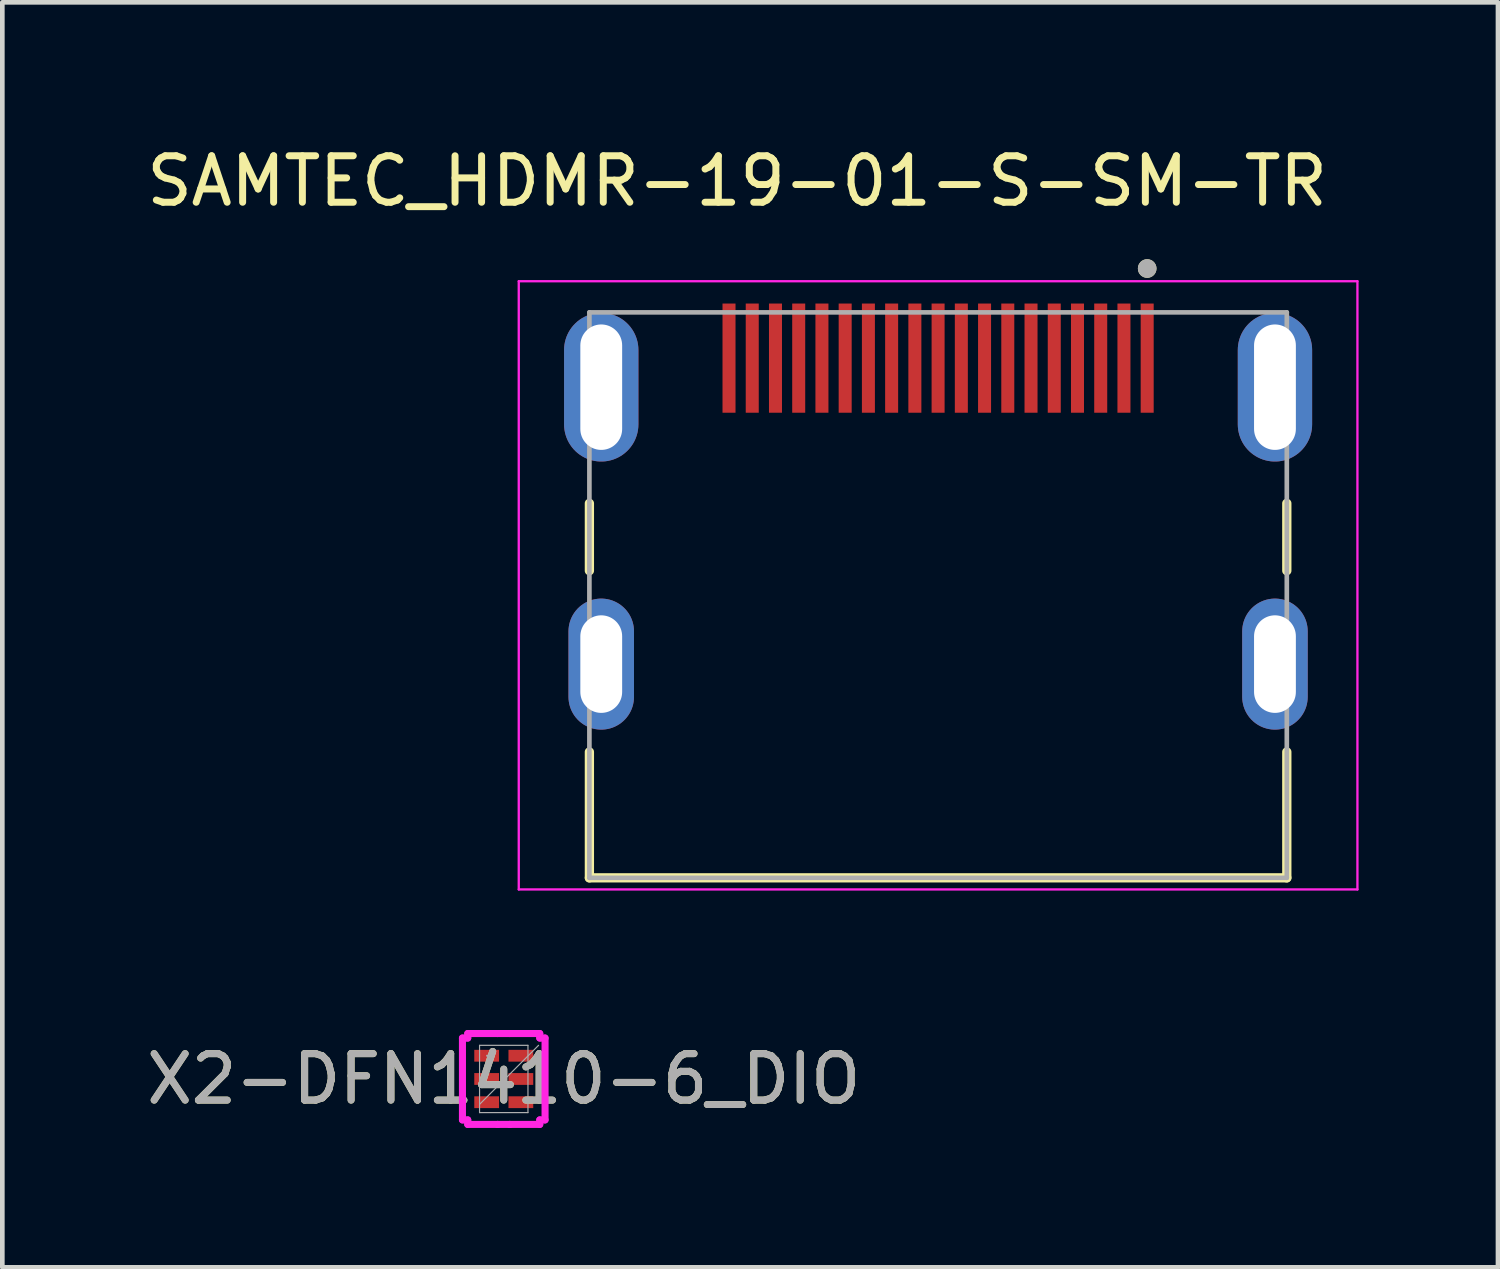
<source format=kicad_pcb>
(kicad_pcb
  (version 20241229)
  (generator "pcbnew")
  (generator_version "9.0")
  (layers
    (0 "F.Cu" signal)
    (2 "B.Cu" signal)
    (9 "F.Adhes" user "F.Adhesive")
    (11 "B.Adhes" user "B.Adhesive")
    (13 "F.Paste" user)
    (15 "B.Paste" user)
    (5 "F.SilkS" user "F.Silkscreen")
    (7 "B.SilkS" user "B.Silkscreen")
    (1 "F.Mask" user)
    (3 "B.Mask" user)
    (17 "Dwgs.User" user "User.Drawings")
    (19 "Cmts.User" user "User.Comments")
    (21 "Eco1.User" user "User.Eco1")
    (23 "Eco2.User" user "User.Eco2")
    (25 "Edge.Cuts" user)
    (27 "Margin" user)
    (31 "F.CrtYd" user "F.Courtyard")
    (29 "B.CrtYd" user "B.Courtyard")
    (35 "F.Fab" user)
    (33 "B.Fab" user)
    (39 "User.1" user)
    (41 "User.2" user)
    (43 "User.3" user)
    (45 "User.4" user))
  (footprint "SAMTEC_HDMR-19-01-S-SM-TR"
    (layer "F.Cu")
    (at 17.14 10.483)
    (property "Reference" "SAMTEC_HDMR-19-01-S-SM-TR" (at -4.325 -9.635 0) (layer "F.SilkS") (effects (font (size 1 1) (thickness 0.15))))
    (attr smd)
    (fp_line (start -7.505 -1.25) (end -7.505 -2.7) (stroke (width 0.2) (type solid)) (layer "F.SilkS"))
    (fp_line (start -7.505 2.65) (end -7.505 5.36) (stroke (width 0.2) (type solid)) (layer "F.SilkS"))
    (fp_line (start -7.505 5.36) (end 7.505 5.36) (stroke (width 0.2) (type solid)) (layer "F.SilkS"))
    (fp_line (start 7.505 -1.25) (end 7.505 -2.7) (stroke (width 0.2) (type solid)) (layer "F.SilkS"))
    (fp_line (start 7.505 5.36) (end 7.505 2.65) (stroke (width 0.2) (type solid)) (layer "F.SilkS"))
    (fp_circle (center 4.5 -7.754) (end 4.6 -7.754) (stroke (width 0.2) (type solid)) (fill no) (layer "F.SilkS"))
    (fp_poly (pts (xy -8.775 -7.23) (xy -5.725 -7.23) (xy -5.725 -3.17) (xy -8.775 -3.17)) (stroke (width 0.01) (type solid)) (fill yes) (layer "F.Paste"))
    (fp_poly (pts (xy -8.57 -0.75) (xy -5.93 -0.75) (xy -5.93 2.27) (xy -8.57 2.27)) (stroke (width 0.01) (type solid)) (fill yes) (layer "F.Paste"))
    (fp_poly (pts (xy 5.725 -7.23) (xy 8.775 -7.23) (xy 8.775 -3.17) (xy 5.725 -3.17)) (stroke (width 0.01) (type solid)) (fill yes) (layer "F.Paste"))
    (fp_poly (pts (xy 5.93 -0.75) (xy 8.57 -0.75) (xy 8.57 2.27) (xy 5.93 2.27)) (stroke (width 0.01) (type solid)) (fill yes) (layer "F.Paste"))
    (fp_line (start -9.025 -7.48) (end -9.025 5.61) (stroke (width 0.05) (type solid)) (layer "F.CrtYd"))
    (fp_line (start -9.025 5.61) (end 9.025 5.61) (stroke (width 0.05) (type solid)) (layer "F.CrtYd"))
    (fp_line (start 9.025 -7.48) (end -9.025 -7.48) (stroke (width 0.05) (type solid)) (layer "F.CrtYd"))
    (fp_line (start 9.025 5.61) (end 9.025 -7.48) (stroke (width 0.05) (type solid)) (layer "F.CrtYd"))
    (fp_line (start -7.505 -6.81) (end -7.505 5.36) (stroke (width 0.1) (type solid)) (layer "F.Fab"))
    (fp_line (start -7.505 5.36) (end 7.505 5.36) (stroke (width 0.1) (type solid)) (layer "F.Fab"))
    (fp_line (start 7.505 -6.81) (end -7.505 -6.81) (stroke (width 0.1) (type solid)) (layer "F.Fab"))
    (fp_line (start 7.505 5.36) (end 7.505 -6.81) (stroke (width 0.1) (type solid)) (layer "F.Fab"))
    (fp_circle (center 4.5 -7.754) (end 4.6 -7.754) (stroke (width 0.2) (type solid)) (fill no) (layer "F.Fab"))
    (pad "01" smd rect (at 4.5 -5.825) (size 0.28 2.35) (layers "F.Cu" "F.Mask" "F.Paste"))
    (pad "02" smd rect (at 4 -5.825) (size 0.28 2.35) (layers "F.Cu" "F.Mask" "F.Paste"))
    (pad "03" smd rect (at 3.5 -5.825) (size 0.28 2.35) (layers "F.Cu" "F.Mask" "F.Paste"))
    (pad "04" smd rect (at 3 -5.825) (size 0.28 2.35) (layers "F.Cu" "F.Mask" "F.Paste"))
    (pad "05" smd rect (at 2.5 -5.825) (size 0.28 2.35) (layers "F.Cu" "F.Mask" "F.Paste"))
    (pad "06" smd rect (at 2 -5.825) (size 0.28 2.35) (layers "F.Cu" "F.Mask" "F.Paste"))
    (pad "07" smd rect (at 1.5 -5.825) (size 0.28 2.35) (layers "F.Cu" "F.Mask" "F.Paste"))
    (pad "08" smd rect (at 1 -5.825) (size 0.28 2.35) (layers "F.Cu" "F.Mask" "F.Paste"))
    (pad "09" smd rect (at 0.5 -5.825) (size 0.28 2.35) (layers "F.Cu" "F.Mask" "F.Paste"))
    (pad "10" smd rect (at 0 -5.825) (size 0.28 2.35) (layers "F.Cu" "F.Mask" "F.Paste"))
    (pad "11" smd rect (at -0.5 -5.825) (size 0.28 2.35) (layers "F.Cu" "F.Mask" "F.Paste"))
    (pad "12" smd rect (at -1 -5.825) (size 0.28 2.35) (layers "F.Cu" "F.Mask" "F.Paste"))
    (pad "13" smd rect (at -1.5 -5.825) (size 0.28 2.35) (layers "F.Cu" "F.Mask" "F.Paste"))
    (pad "14" smd rect (at -2 -5.825) (size 0.28 2.35) (layers "F.Cu" "F.Mask" "F.Paste"))
    (pad "15" smd rect (at -2.5 -5.825) (size 0.28 2.35) (layers "F.Cu" "F.Mask" "F.Paste"))
    (pad "16" smd rect (at -3 -5.825) (size 0.28 2.35) (layers "F.Cu" "F.Mask" "F.Paste"))
    (pad "17" smd rect (at -3.5 -5.825) (size 0.28 2.35) (layers "F.Cu" "F.Mask" "F.Paste"))
    (pad "18" smd rect (at -4 -5.825) (size 0.28 2.35) (layers "F.Cu" "F.Mask" "F.Paste"))
    (pad "19" smd rect (at -4.5 -5.825) (size 0.28 2.35) (layers "F.Cu" "F.Mask" "F.Paste"))
    (pad "S1" thru_hole oval (at -7.25 -5.2) (size 1.6 3.2) (drill oval 0.9 2.7) (layers "*.Cu" "*.Mask"))
    (pad "S2" thru_hole oval (at 7.25 -5.2) (size 1.6 3.2) (drill oval 0.9 2.7) (layers "*.Cu" "*.Mask"))
    (pad "S3" thru_hole oval (at -7.25 0.76) (size 1.41 2.82) (drill oval 0.9 2.1) (layers "*.Cu" "*.Mask"))
    (pad "S4" thru_hole oval (at 7.25 0.76) (size 1.41 2.82) (drill oval 0.9 2.1) (layers "*.Cu" "*.Mask")))
  (footprint "X2-DFN1410-6_DIO"
    (layer "F.Cu")
    (at 7.792 20.172)
    (property "Reference" "X2-DFN1410-6_DIO" (at 0 0 0) (unlocked yes) (layer "F.SilkS") (effects (font (size 1 1) (thickness 0.15))))
    (attr smd)
    (fp_line (start -0.889 -0.881) (end -0.775 -0.881) (stroke (width 0.152) (type solid)) (layer "F.CrtYd"))
    (fp_line (start -0.889 0.881) (end -0.889 -0.881) (stroke (width 0.152) (type solid)) (layer "F.CrtYd"))
    (fp_line (start -0.775 -0.978) (end -0.131 -0.978) (stroke (width 0.152) (type solid)) (layer "F.CrtYd"))
    (fp_line (start -0.775 -0.881) (end -0.775 -0.978) (stroke (width 0.152) (type solid)) (layer "F.CrtYd"))
    (fp_line (start -0.775 0.881) (end -0.889 0.881) (stroke (width 0.152) (type solid)) (layer "F.CrtYd"))
    (fp_line (start -0.775 0.978) (end -0.775 0.881) (stroke (width 0.152) (type solid)) (layer "F.CrtYd"))
    (fp_line (start -0.131 -0.978) (end -0.131 -0.978) (stroke (width 0.152) (type solid)) (layer "F.CrtYd"))
    (fp_line (start -0.131 -0.978) (end 0.131 -0.978) (stroke (width 0.152) (type solid)) (layer "F.CrtYd"))
    (fp_line (start -0.131 0.978) (end -0.775 0.978) (stroke (width 0.152) (type solid)) (layer "F.CrtYd"))
    (fp_line (start -0.131 0.978) (end -0.131 0.978) (stroke (width 0.152) (type solid)) (layer "F.CrtYd"))
    (fp_line (start 0.131 -0.978) (end 0.131 -0.978) (stroke (width 0.152) (type solid)) (layer "F.CrtYd"))
    (fp_line (start 0.131 -0.978) (end 0.775 -0.978) (stroke (width 0.152) (type solid)) (layer "F.CrtYd"))
    (fp_line (start 0.131 0.978) (end -0.131 0.978) (stroke (width 0.152) (type solid)) (layer "F.CrtYd"))
    (fp_line (start 0.131 0.978) (end 0.131 0.978) (stroke (width 0.152) (type solid)) (layer "F.CrtYd"))
    (fp_line (start 0.775 -0.978) (end 0.775 -0.881) (stroke (width 0.152) (type solid)) (layer "F.CrtYd"))
    (fp_line (start 0.775 -0.881) (end 0.889 -0.881) (stroke (width 0.152) (type solid)) (layer "F.CrtYd"))
    (fp_line (start 0.775 0.881) (end 0.775 0.978) (stroke (width 0.152) (type solid)) (layer "F.CrtYd"))
    (fp_line (start 0.775 0.978) (end 0.131 0.978) (stroke (width 0.152) (type solid)) (layer "F.CrtYd"))
    (fp_line (start 0.889 -0.881) (end 0.889 0.881) (stroke (width 0.152) (type solid)) (layer "F.CrtYd"))
    (fp_line (start 0.889 0.881) (end 0.775 0.881) (stroke (width 0.152) (type solid)) (layer "F.CrtYd"))
    (fp_line (start -0.521 -0.724) (end -0.521 0.724) (stroke (width 0.025) (type solid)) (layer "F.Fab"))
    (fp_line (start -0.521 0.546) (end 0.749 -0.724) (stroke (width 0.025) (type solid)) (layer "F.Fab"))
    (fp_line (start -0.521 0.724) (end 0.521 0.724) (stroke (width 0.025) (type solid)) (layer "F.Fab"))
    (fp_line (start 0.521 -0.724) (end -0.521 -0.724) (stroke (width 0.025) (type solid)) (layer "F.Fab"))
    (fp_line (start 0.521 0.724) (end 0.521 -0.724) (stroke (width 0.025) (type solid)) (layer "F.Fab"))
    (fp_circle (center -0.356 -0.5) (end -0.356 -0.5) (stroke (width 0.025) (type solid)) (fill no) (layer "F.Fab"))
    (fp_text user "${REFERENCE}" (at 0 0 0) (unlocked yes) (layer "F.Fab") (effects (font (size 1 1) (thickness 0.15))))
    (pad "1" smd rect (at -0.368 -0.5) (size 0.533 0.254) (layers "F.Cu" "F.Mask" "F.Paste"))
    (pad "2" smd rect (at -0.368 0) (size 0.533 0.254) (layers "F.Cu" "F.Mask" "F.Paste"))
    (pad "3" smd rect (at -0.368 0.5) (size 0.533 0.254) (layers "F.Cu" "F.Mask" "F.Paste"))
    (pad "4" smd rect (at 0.368 0.5) (size 0.533 0.254) (layers "F.Cu" "F.Mask" "F.Paste"))
    (pad "5" smd rect (at 0.368 0) (size 0.533 0.254) (layers "F.Cu" "F.Mask" "F.Paste"))
    (pad "6" smd rect (at 0.368 -0.5) (size 0.533 0.254) (layers "F.Cu" "F.Mask" "F.Paste")))
  (gr_rect
    (start -3 -3)
    (end 29.19 24.226)
    (stroke (width 0.1) (type default))
    (fill no)
    (layer "Edge.Cuts")))
</source>
